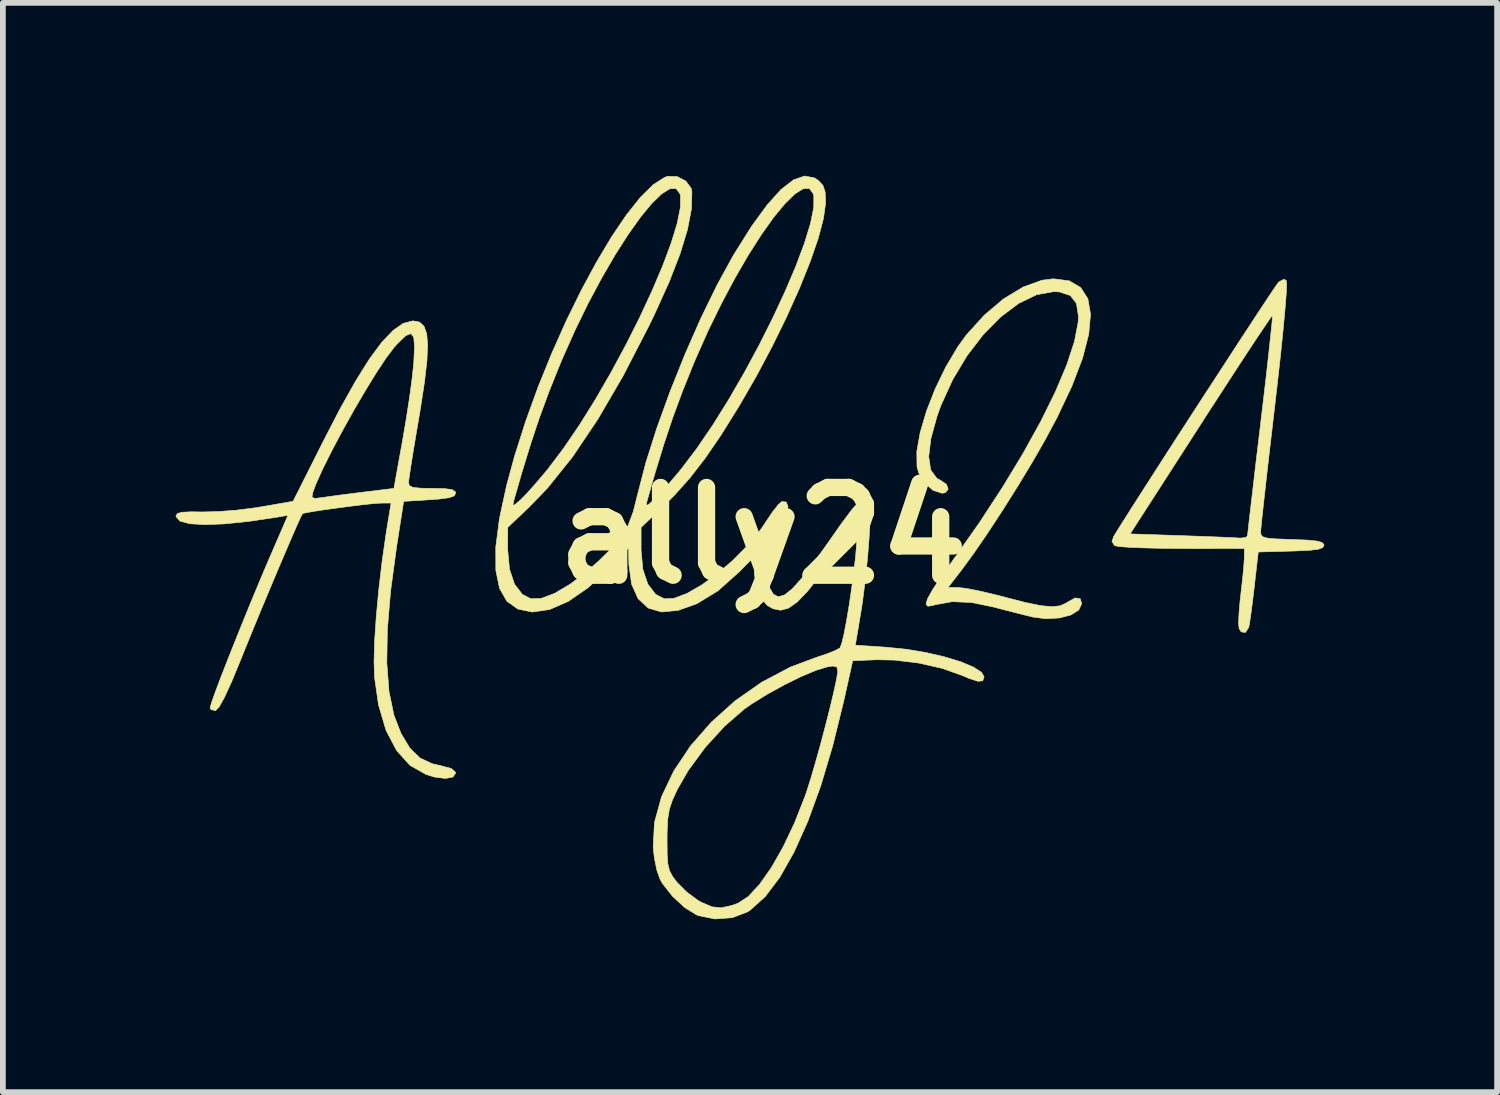
<source format=kicad_pcb>
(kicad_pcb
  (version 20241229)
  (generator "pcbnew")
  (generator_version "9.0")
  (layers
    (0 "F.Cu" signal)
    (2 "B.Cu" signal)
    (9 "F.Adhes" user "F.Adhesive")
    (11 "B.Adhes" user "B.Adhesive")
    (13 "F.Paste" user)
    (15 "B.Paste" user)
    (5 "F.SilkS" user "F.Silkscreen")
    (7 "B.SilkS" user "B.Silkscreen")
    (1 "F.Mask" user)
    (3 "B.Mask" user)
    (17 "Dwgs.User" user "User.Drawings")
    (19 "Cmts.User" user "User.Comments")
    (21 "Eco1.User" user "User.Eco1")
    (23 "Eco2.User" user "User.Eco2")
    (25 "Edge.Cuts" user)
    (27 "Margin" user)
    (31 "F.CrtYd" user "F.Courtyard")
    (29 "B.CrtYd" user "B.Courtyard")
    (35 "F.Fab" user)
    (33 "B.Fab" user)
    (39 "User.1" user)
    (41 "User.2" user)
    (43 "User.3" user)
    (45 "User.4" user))
  (footprint "ally24"
    (layer "F.Cu")
    (at 10.193 6.245)
    (property "Reference" "ally24" (at 0 0 0) (layer "F.SilkS") (effects (font (size 1.524 1.524) (thickness 0.3))))
    (attr through_hole)
    (fp_poly (pts (xy 5.317 -4.42) (xy 5.516 -4.303) (xy 5.639 -4.109) (xy 5.685 -3.839) (xy 5.654 -3.495) (xy 5.547 -3.08) (xy 5.363 -2.597) (xy 5.103 -2.047) (xy 4.899 -1.665) (xy 4.677 -1.278) (xy 4.423 -0.858) (xy 4.156 -0.434) (xy 3.892 -0.031) (xy 3.648 0.323) (xy 3.462 0.577) (xy 3.211 0.903) (xy 3.397 0.903) (xy 3.528 0.918) (xy 3.735 0.958) (xy 3.989 1.017) (xy 4.205 1.072) (xy 4.558 1.163) (xy 4.822 1.217) (xy 5.016 1.235) (xy 5.157 1.22) (xy 5.263 1.172) (xy 5.281 1.159) (xy 5.419 1.083) (xy 5.506 1.098) (xy 5.532 1.183) (xy 5.48 1.294) (xy 5.343 1.379) (xy 5.144 1.431) (xy 4.909 1.444) (xy 4.685 1.415) (xy 4.537 1.379) (xy 4.321 1.324) (xy 4.077 1.261) (xy 4.016 1.244) (xy 3.619 1.162) (xy 3.283 1.148) (xy 2.982 1.203) (xy 2.949 1.213) (xy 2.861 1.228) (xy 2.829 1.192) (xy 2.855 1.099) (xy 2.944 0.94) (xy 3.097 0.708) (xy 3.316 0.402) (xy 3.756 -0.223) (xy 4.156 -0.835) (xy 4.513 -1.424) (xy 4.822 -1.982) (xy 5.077 -2.499) (xy 5.273 -2.964) (xy 5.406 -3.368) (xy 5.47 -3.701) (xy 5.475 -3.807) (xy 5.441 -4.028) (xy 5.334 -4.166) (xy 5.145 -4.228) (xy 5.044 -4.233) (xy 4.749 -4.18) (xy 4.439 -4.03) (xy 4.126 -3.795) (xy 3.823 -3.488) (xy 3.541 -3.12) (xy 3.292 -2.705) (xy 3.087 -2.255) (xy 3.023 -2.078) (xy 2.914 -1.683) (xy 2.876 -1.369) (xy 2.911 -1.138) (xy 3.017 -0.993) (xy 3.084 -0.957) (xy 3.185 -0.887) (xy 3.214 -0.804) (xy 3.166 -0.744) (xy 3.108 -0.734) (xy 2.952 -0.784) (xy 2.807 -0.913) (xy 2.702 -1.089) (xy 2.673 -1.195) (xy 2.67 -1.458) (xy 2.728 -1.787) (xy 2.837 -2.157) (xy 2.988 -2.544) (xy 3.172 -2.924) (xy 3.38 -3.274) (xy 3.525 -3.475) (xy 3.84 -3.824) (xy 4.175 -4.107) (xy 4.515 -4.313) (xy 4.842 -4.431) (xy 5.04 -4.456) (xy 5.317 -4.42)) (stroke (width 0.01) (type solid)) (fill yes) (layer "F.SilkS"))
    (fp_poly (pts (xy 9.082 -4.428) (xy 9.088 -4.359) (xy 9.081 -4.187) (xy 9.06 -3.919) (xy 9.027 -3.565) (xy 8.983 -3.134) (xy 8.927 -2.633) (xy 8.887 -2.286) (xy 8.831 -1.808) (xy 8.779 -1.362) (xy 8.733 -0.961) (xy 8.695 -0.619) (xy 8.665 -0.348) (xy 8.646 -0.162) (xy 8.638 -0.074) (xy 8.638 -0.073) (xy 8.643 -0.015) (xy 8.675 0.022) (xy 8.754 0.045) (xy 8.901 0.058) (xy 9.137 0.067) (xy 9.186 0.069) (xy 9.447 0.079) (xy 9.614 0.096) (xy 9.704 0.121) (xy 9.736 0.158) (xy 9.737 0.169) (xy 9.716 0.209) (xy 9.644 0.237) (xy 9.5 0.255) (xy 9.268 0.267) (xy 9.166 0.27) (xy 8.596 0.286) (xy 8.527 0.891) (xy 8.496 1.149) (xy 8.467 1.373) (xy 8.443 1.533) (xy 8.431 1.595) (xy 8.373 1.683) (xy 8.3 1.672) (xy 8.263 1.612) (xy 8.255 1.522) (xy 8.262 1.351) (xy 8.281 1.13) (xy 8.292 1.034) (xy 8.32 0.789) (xy 8.342 0.57) (xy 8.353 0.413) (xy 8.354 0.381) (xy 8.354 0.226) (xy 7.267 0.225) (xy 6.925 0.222) (xy 6.618 0.215) (xy 6.367 0.205) (xy 6.19 0.192) (xy 6.106 0.177) (xy 6.104 0.176) (xy 6.057 0.104) (xy 6.085 0.021) (xy 6.114 -0.028) (xy 6.372 -0.028) (xy 7.264 0.002) (xy 7.58 0.013) (xy 7.863 0.024) (xy 8.091 0.034) (xy 8.242 0.042) (xy 8.283 0.045) (xy 8.382 0.034) (xy 8.41 0.004) (xy 8.417 -0.063) (xy 8.435 -0.228) (xy 8.464 -0.479) (xy 8.502 -0.801) (xy 8.546 -1.182) (xy 8.597 -1.607) (xy 8.635 -1.926) (xy 8.688 -2.372) (xy 8.736 -2.782) (xy 8.776 -3.142) (xy 8.808 -3.438) (xy 8.831 -3.658) (xy 8.842 -3.789) (xy 8.842 -3.82) (xy 8.809 -3.778) (xy 8.722 -3.651) (xy 8.586 -3.449) (xy 8.409 -3.181) (xy 8.198 -2.858) (xy 7.959 -2.49) (xy 7.697 -2.086) (xy 7.599 -1.933) (xy 6.372 -0.028) (xy 6.114 -0.028) (xy 6.136 -0.064) (xy 6.239 -0.229) (xy 6.387 -0.463) (xy 6.573 -0.753) (xy 6.788 -1.088) (xy 7.025 -1.457) (xy 7.277 -1.847) (xy 7.536 -2.247) (xy 7.795 -2.645) (xy 8.045 -3.029) (xy 8.279 -3.389) (xy 8.491 -3.712) (xy 8.671 -3.986) (xy 8.813 -4.2) (xy 8.909 -4.342) (xy 8.951 -4.4) (xy 9.04 -4.448) (xy 9.082 -4.428)) (stroke (width 0.01) (type solid)) (fill yes) (layer "F.SilkS"))
    (fp_poly (pts (xy -5.961 -3.704) (xy -5.884 -3.633) (xy -5.837 -3.504) (xy -5.821 -3.308) (xy -5.833 -3.034) (xy -5.874 -2.673) (xy -5.944 -2.216) (xy -5.983 -1.984) (xy -6.038 -1.66) (xy -6.086 -1.37) (xy -6.123 -1.135) (xy -6.146 -0.974) (xy -6.152 -0.912) (xy -6.135 -0.863) (xy -6.069 -0.834) (xy -5.931 -0.821) (xy -5.743 -0.818) (xy -5.524 -0.814) (xy -5.397 -0.797) (xy -5.342 -0.763) (xy -5.334 -0.734) (xy -5.36 -0.688) (xy -5.449 -0.656) (xy -5.621 -0.633) (xy -5.786 -0.621) (xy -6.237 -0.593) (xy -6.36 0.198) (xy -6.464 0.966) (xy -6.52 1.637) (xy -6.529 2.216) (xy -6.491 2.709) (xy -6.405 3.121) (xy -6.283 3.435) (xy -6.127 3.693) (xy -5.955 3.861) (xy -5.741 3.961) (xy -5.588 3.996) (xy -5.409 4.044) (xy -5.336 4.11) (xy -5.334 4.122) (xy -5.382 4.192) (xy -5.511 4.216) (xy -5.696 4.193) (xy -5.842 4.15) (xy -6.125 3.991) (xy -6.359 3.732) (xy -6.543 3.381) (xy -6.673 2.94) (xy -6.743 2.455) (xy -6.751 2.188) (xy -6.741 1.834) (xy -6.713 1.414) (xy -6.67 0.953) (xy -6.614 0.474) (xy -6.547 -0.001) (xy -6.527 -0.127) (xy -6.455 -0.564) (xy -6.628 -0.563) (xy -6.743 -0.556) (xy -6.927 -0.537) (xy -7.154 -0.509) (xy -7.397 -0.477) (xy -7.629 -0.445) (xy -7.824 -0.415) (xy -7.954 -0.391) (xy -7.993 -0.379) (xy -8.024 -0.319) (xy -8.091 -0.171) (xy -8.187 0.049) (xy -8.305 0.325) (xy -8.439 0.639) (xy -8.58 0.976) (xy -8.724 1.319) (xy -8.861 1.653) (xy -8.986 1.959) (xy -9.061 2.145) (xy -9.219 2.529) (xy -9.346 2.806) (xy -9.44 2.976) (xy -9.502 3.038) (xy -9.582 3.021) (xy -9.596 2.989) (xy -9.575 2.911) (xy -9.517 2.746) (xy -9.428 2.508) (xy -9.314 2.215) (xy -9.182 1.881) (xy -9.038 1.524) (xy -8.889 1.158) (xy -8.74 0.8) (xy -8.599 0.466) (xy -8.559 0.375) (xy -8.245 -0.351) (xy -8.426 -0.32) (xy -8.921 -0.246) (xy -9.345 -0.202) (xy -9.691 -0.189) (xy -9.952 -0.205) (xy -10.12 -0.251) (xy -10.187 -0.327) (xy -10.188 -0.339) (xy -10.166 -0.381) (xy -10.086 -0.404) (xy -9.929 -0.412) (xy -9.737 -0.409) (xy -9.47 -0.415) (xy -9.148 -0.439) (xy -8.828 -0.479) (xy -8.721 -0.496) (xy -8.156 -0.594) (xy -8.118 -0.669) (xy -7.828 -0.669) (xy -7.784 -0.644) (xy -7.665 -0.657) (xy -7.526 -0.677) (xy -7.312 -0.706) (xy -7.06 -0.738) (xy -6.943 -0.753) (xy -6.406 -0.818) (xy -6.253 -1.665) (xy -6.194 -2.012) (xy -6.139 -2.367) (xy -6.094 -2.694) (xy -6.065 -2.957) (xy -6.061 -3.006) (xy -6.048 -3.277) (xy -6.062 -3.442) (xy -6.111 -3.505) (xy -6.199 -3.47) (xy -6.334 -3.342) (xy -6.407 -3.26) (xy -6.542 -3.082) (xy -6.711 -2.826) (xy -6.903 -2.514) (xy -7.105 -2.168) (xy -7.304 -1.811) (xy -7.488 -1.464) (xy -7.644 -1.151) (xy -7.76 -0.893) (xy -7.813 -0.751) (xy -7.828 -0.669) (xy -8.118 -0.669) (xy -7.644 -1.613) (xy -7.342 -2.197) (xy -7.072 -2.679) (xy -6.831 -3.064) (xy -6.615 -3.356) (xy -6.42 -3.56) (xy -6.244 -3.682) (xy -6.082 -3.725) (xy -6.069 -3.725) (xy -5.961 -3.704)) (stroke (width 0.01) (type solid)) (fill yes) (layer "F.SilkS"))
    (fp_poly (pts (xy 0.892 -6.208) (xy 0.959 -6.164) (xy 1.041 -6.077) (xy 1.079 -5.962) (xy 1.086 -5.779) (xy 1.086 -5.768) (xy 1.05 -5.505) (xy 0.96 -5.162) (xy 0.819 -4.754) (xy 0.635 -4.297) (xy 0.414 -3.803) (xy 0.163 -3.29) (xy -0.113 -2.77) (xy -0.408 -2.259) (xy -0.425 -2.231) (xy -0.727 -1.746) (xy -1.002 -1.344) (xy -1.266 -1.003) (xy -1.534 -0.703) (xy -1.731 -0.507) (xy -2.116 -0.141) (xy -2.116 0.254) (xy -2.086 0.584) (xy -1.999 0.844) (xy -1.862 1.022) (xy -1.713 1.098) (xy -1.543 1.09) (xy -1.321 1.006) (xy -1.065 0.859) (xy -0.791 0.661) (xy -0.518 0.427) (xy -0.263 0.168) (xy -0.042 -0.101) (xy 0.056 -0.246) (xy 0.168 -0.413) (xy 0.267 -0.537) (xy 0.327 -0.59) (xy 0.403 -0.581) (xy 0.435 -0.503) (xy 0.414 -0.398) (xy 0.382 -0.351) (xy 0.263 -0.157) (xy 0.167 0.097) (xy 0.102 0.376) (xy 0.076 0.642) (xy 0.098 0.858) (xy 0.113 0.904) (xy 0.18 1.018) (xy 0.264 1.063) (xy 0.372 1.033) (xy 0.509 0.924) (xy 0.683 0.73) (xy 0.9 0.447) (xy 1.117 0.141) (xy 1.356 -0.2) (xy 1.54 -0.447) (xy 1.676 -0.6) (xy 1.769 -0.662) (xy 1.826 -0.631) (xy 1.853 -0.51) (xy 1.857 -0.299) (xy 1.844 0.001) (xy 1.841 0.051) (xy 1.814 0.396) (xy 1.774 0.779) (xy 1.728 1.141) (xy 1.703 1.305) (xy 1.603 1.903) (xy 2.142 1.939) (xy 2.49 1.974) (xy 2.833 2.032) (xy 3.153 2.106) (xy 3.431 2.191) (xy 3.65 2.282) (xy 3.792 2.373) (xy 3.838 2.453) (xy 3.814 2.521) (xy 3.732 2.53) (xy 3.578 2.481) (xy 3.462 2.431) (xy 3.112 2.306) (xy 2.701 2.213) (xy 2.281 2.162) (xy 1.977 2.156) (xy 1.557 2.173) (xy 1.4 2.879) (xy 1.21 3.649) (xy 1.002 4.346) (xy 0.778 4.962) (xy 0.54 5.493) (xy 0.293 5.93) (xy 0.038 6.268) (xy -0.221 6.501) (xy -0.268 6.532) (xy -0.533 6.633) (xy -0.833 6.655) (xy -1.122 6.597) (xy -1.159 6.581) (xy -1.362 6.454) (xy -1.57 6.262) (xy -1.741 6.045) (xy -1.788 5.963) (xy -1.841 5.812) (xy -1.885 5.599) (xy -1.906 5.412) (xy -1.9 5.286) (xy -1.665 5.286) (xy -1.663 5.535) (xy -1.651 5.702) (xy -1.622 5.819) (xy -1.569 5.918) (xy -1.493 6.02) (xy -1.329 6.184) (xy -1.131 6.331) (xy -1.069 6.366) (xy -0.887 6.444) (xy -0.729 6.462) (xy -0.546 6.422) (xy -0.435 6.383) (xy -0.255 6.266) (xy -0.059 6.054) (xy 0.147 5.761) (xy 0.352 5.4) (xy 0.548 4.987) (xy 0.726 4.535) (xy 0.76 4.437) (xy 0.829 4.22) (xy 0.909 3.947) (xy 0.995 3.64) (xy 1.079 3.321) (xy 1.158 3.012) (xy 1.224 2.737) (xy 1.272 2.518) (xy 1.296 2.377) (xy 1.298 2.35) (xy 1.281 2.28) (xy 1.208 2.265) (xy 1.115 2.28) (xy 0.918 2.34) (xy 0.659 2.449) (xy 0.367 2.593) (xy 0.073 2.755) (xy -0.195 2.921) (xy -0.321 3.009) (xy -0.667 3.309) (xy -1.002 3.676) (xy -1.294 4.073) (xy -1.485 4.403) (xy -1.573 4.594) (xy -1.626 4.755) (xy -1.654 4.925) (xy -1.664 5.147) (xy -1.665 5.286) (xy -1.9 5.286) (xy -1.883 4.979) (xy -1.761 4.534) (xy -1.549 4.088) (xy -1.259 3.654) (xy -0.901 3.244) (xy -0.486 2.871) (xy -0.024 2.547) (xy 0.474 2.284) (xy 0.931 2.113) (xy 1.121 2.05) (xy 1.269 1.989) (xy 1.336 1.951) (xy 1.366 1.875) (xy 1.406 1.711) (xy 1.45 1.48) (xy 1.496 1.206) (xy 1.539 0.912) (xy 1.578 0.621) (xy 1.608 0.356) (xy 1.625 0.141) (xy 1.627 -0.001) (xy 1.627 -0.01) (xy 1.617 -0.087) (xy 1.597 -0.119) (xy 1.557 -0.097) (xy 1.485 -0.01) (xy 1.369 0.152) (xy 1.242 0.337) (xy 0.985 0.698) (xy 0.773 0.968) (xy 0.595 1.153) (xy 0.443 1.26) (xy 0.305 1.297) (xy 0.173 1.27) (xy 0.071 1.211) (xy -0.038 1.079) (xy -0.116 0.88) (xy -0.151 0.656) (xy -0.14 0.489) (xy -0.125 0.404) (xy -0.135 0.373) (xy -0.185 0.403) (xy -0.288 0.503) (xy -0.41 0.628) (xy -0.78 0.959) (xy -1.151 1.185) (xy -1.473 1.299) (xy -1.76 1.327) (xy -1.994 1.258) (xy -2.169 1.095) (xy -2.281 0.844) (xy -2.327 0.507) (xy -2.327 0.496) (xy -2.334 0.215) (xy -2.684 0.581) (xy -3.036 0.906) (xy -3.378 1.142) (xy -3.703 1.284) (xy -4.003 1.328) (xy -4.255 1.276) (xy -4.446 1.14) (xy -4.573 0.916) (xy -4.637 0.604) (xy -4.638 0.202) (xy -4.575 -0.29) (xy -4.524 -0.528) (xy -4.34 -0.528) (xy -4.308 -0.533) (xy -4.214 -0.614) (xy -4.206 -0.621) (xy -4.099 -0.73) (xy -3.949 -0.898) (xy -3.784 -1.093) (xy -3.731 -1.157) (xy -3.462 -1.513) (xy -3.186 -1.918) (xy -2.91 -2.36) (xy -2.64 -2.827) (xy -2.382 -3.305) (xy -2.142 -3.781) (xy -1.927 -4.244) (xy -1.742 -4.679) (xy -1.594 -5.075) (xy -1.489 -5.418) (xy -1.433 -5.696) (xy -1.432 -5.896) (xy -1.44 -5.929) (xy -1.508 -6.022) (xy -1.616 -6.019) (xy -1.759 -5.93) (xy -1.932 -5.762) (xy -2.128 -5.524) (xy -2.342 -5.223) (xy -2.569 -4.868) (xy -2.802 -4.466) (xy -3.037 -4.026) (xy -3.266 -3.556) (xy -3.485 -3.063) (xy -3.527 -2.963) (xy -3.713 -2.5) (xy -3.878 -2.053) (xy -4.033 -1.589) (xy -4.191 -1.074) (xy -4.329 -0.593) (xy -4.34 -0.528) (xy -4.524 -0.528) (xy -4.449 -0.874) (xy -4.311 -1.38) (xy -4.122 -1.974) (xy -3.907 -2.569) (xy -3.67 -3.154) (xy -3.418 -3.719) (xy -3.156 -4.253) (xy -2.89 -4.745) (xy -2.627 -5.186) (xy -2.371 -5.564) (xy -2.128 -5.869) (xy -1.905 -6.09) (xy -1.707 -6.217) (xy -1.652 -6.235) (xy -1.488 -6.23) (xy -1.339 -6.152) (xy -1.246 -6.026) (xy -1.234 -5.968) (xy -1.243 -5.665) (xy -1.311 -5.309) (xy -1.439 -4.89) (xy -1.629 -4.401) (xy -1.886 -3.833) (xy -1.979 -3.641) (xy -2.428 -2.771) (xy -2.87 -2.013) (xy -3.306 -1.365) (xy -3.736 -0.829) (xy -4.045 -0.507) (xy -4.43 -0.141) (xy -4.431 0.254) (xy -4.4 0.584) (xy -4.313 0.844) (xy -4.176 1.022) (xy -4.027 1.098) (xy -3.847 1.091) (xy -3.613 1.002) (xy -3.339 0.839) (xy -3.038 0.608) (xy -2.865 0.454) (xy -2.626 0.22) (xy -2.457 0.019) (xy -2.338 -0.183) (xy -2.25 -0.419) (xy -2.223 -0.528) (xy -2.026 -0.528) (xy -1.994 -0.533) (xy -1.899 -0.614) (xy -1.891 -0.621) (xy -1.784 -0.73) (xy -1.635 -0.898) (xy -1.47 -1.093) (xy -1.417 -1.157) (xy -1.147 -1.513) (xy -0.871 -1.918) (xy -0.595 -2.36) (xy -0.325 -2.827) (xy -0.067 -3.305) (xy 0.172 -3.781) (xy 0.387 -4.244) (xy 0.572 -4.679) (xy 0.72 -5.075) (xy 0.825 -5.418) (xy 0.881 -5.696) (xy 0.882 -5.896) (xy 0.874 -5.929) (xy 0.807 -6.022) (xy 0.698 -6.019) (xy 0.555 -5.93) (xy 0.382 -5.762) (xy 0.186 -5.524) (xy -0.028 -5.223) (xy -0.255 -4.868) (xy -0.488 -4.466) (xy -0.722 -4.026) (xy -0.952 -3.556) (xy -1.171 -3.063) (xy -1.213 -2.963) (xy -1.399 -2.5) (xy -1.564 -2.053) (xy -1.719 -1.589) (xy -1.877 -1.074) (xy -2.014 -0.593) (xy -2.026 -0.528) (xy -2.223 -0.528) (xy -2.174 -0.723) (xy -2.171 -0.734) (xy -2.033 -1.266) (xy -1.843 -1.864) (xy -1.613 -2.499) (xy -1.354 -3.145) (xy -1.078 -3.772) (xy -0.794 -4.353) (xy -0.516 -4.86) (xy -0.504 -4.88) (xy -0.202 -5.361) (xy 0.07 -5.735) (xy 0.313 -6.006) (xy 0.53 -6.173) (xy 0.722 -6.24) (xy 0.892 -6.208)) (stroke (width 0.01) (type solid)) (fill yes) (layer "F.SilkS")))
  (gr_rect
    (start -3 -3)
    (end 22.935 15.906)
    (stroke (width 0.1) (type default))
    (fill no)
    (layer "Edge.Cuts")))
</source>
